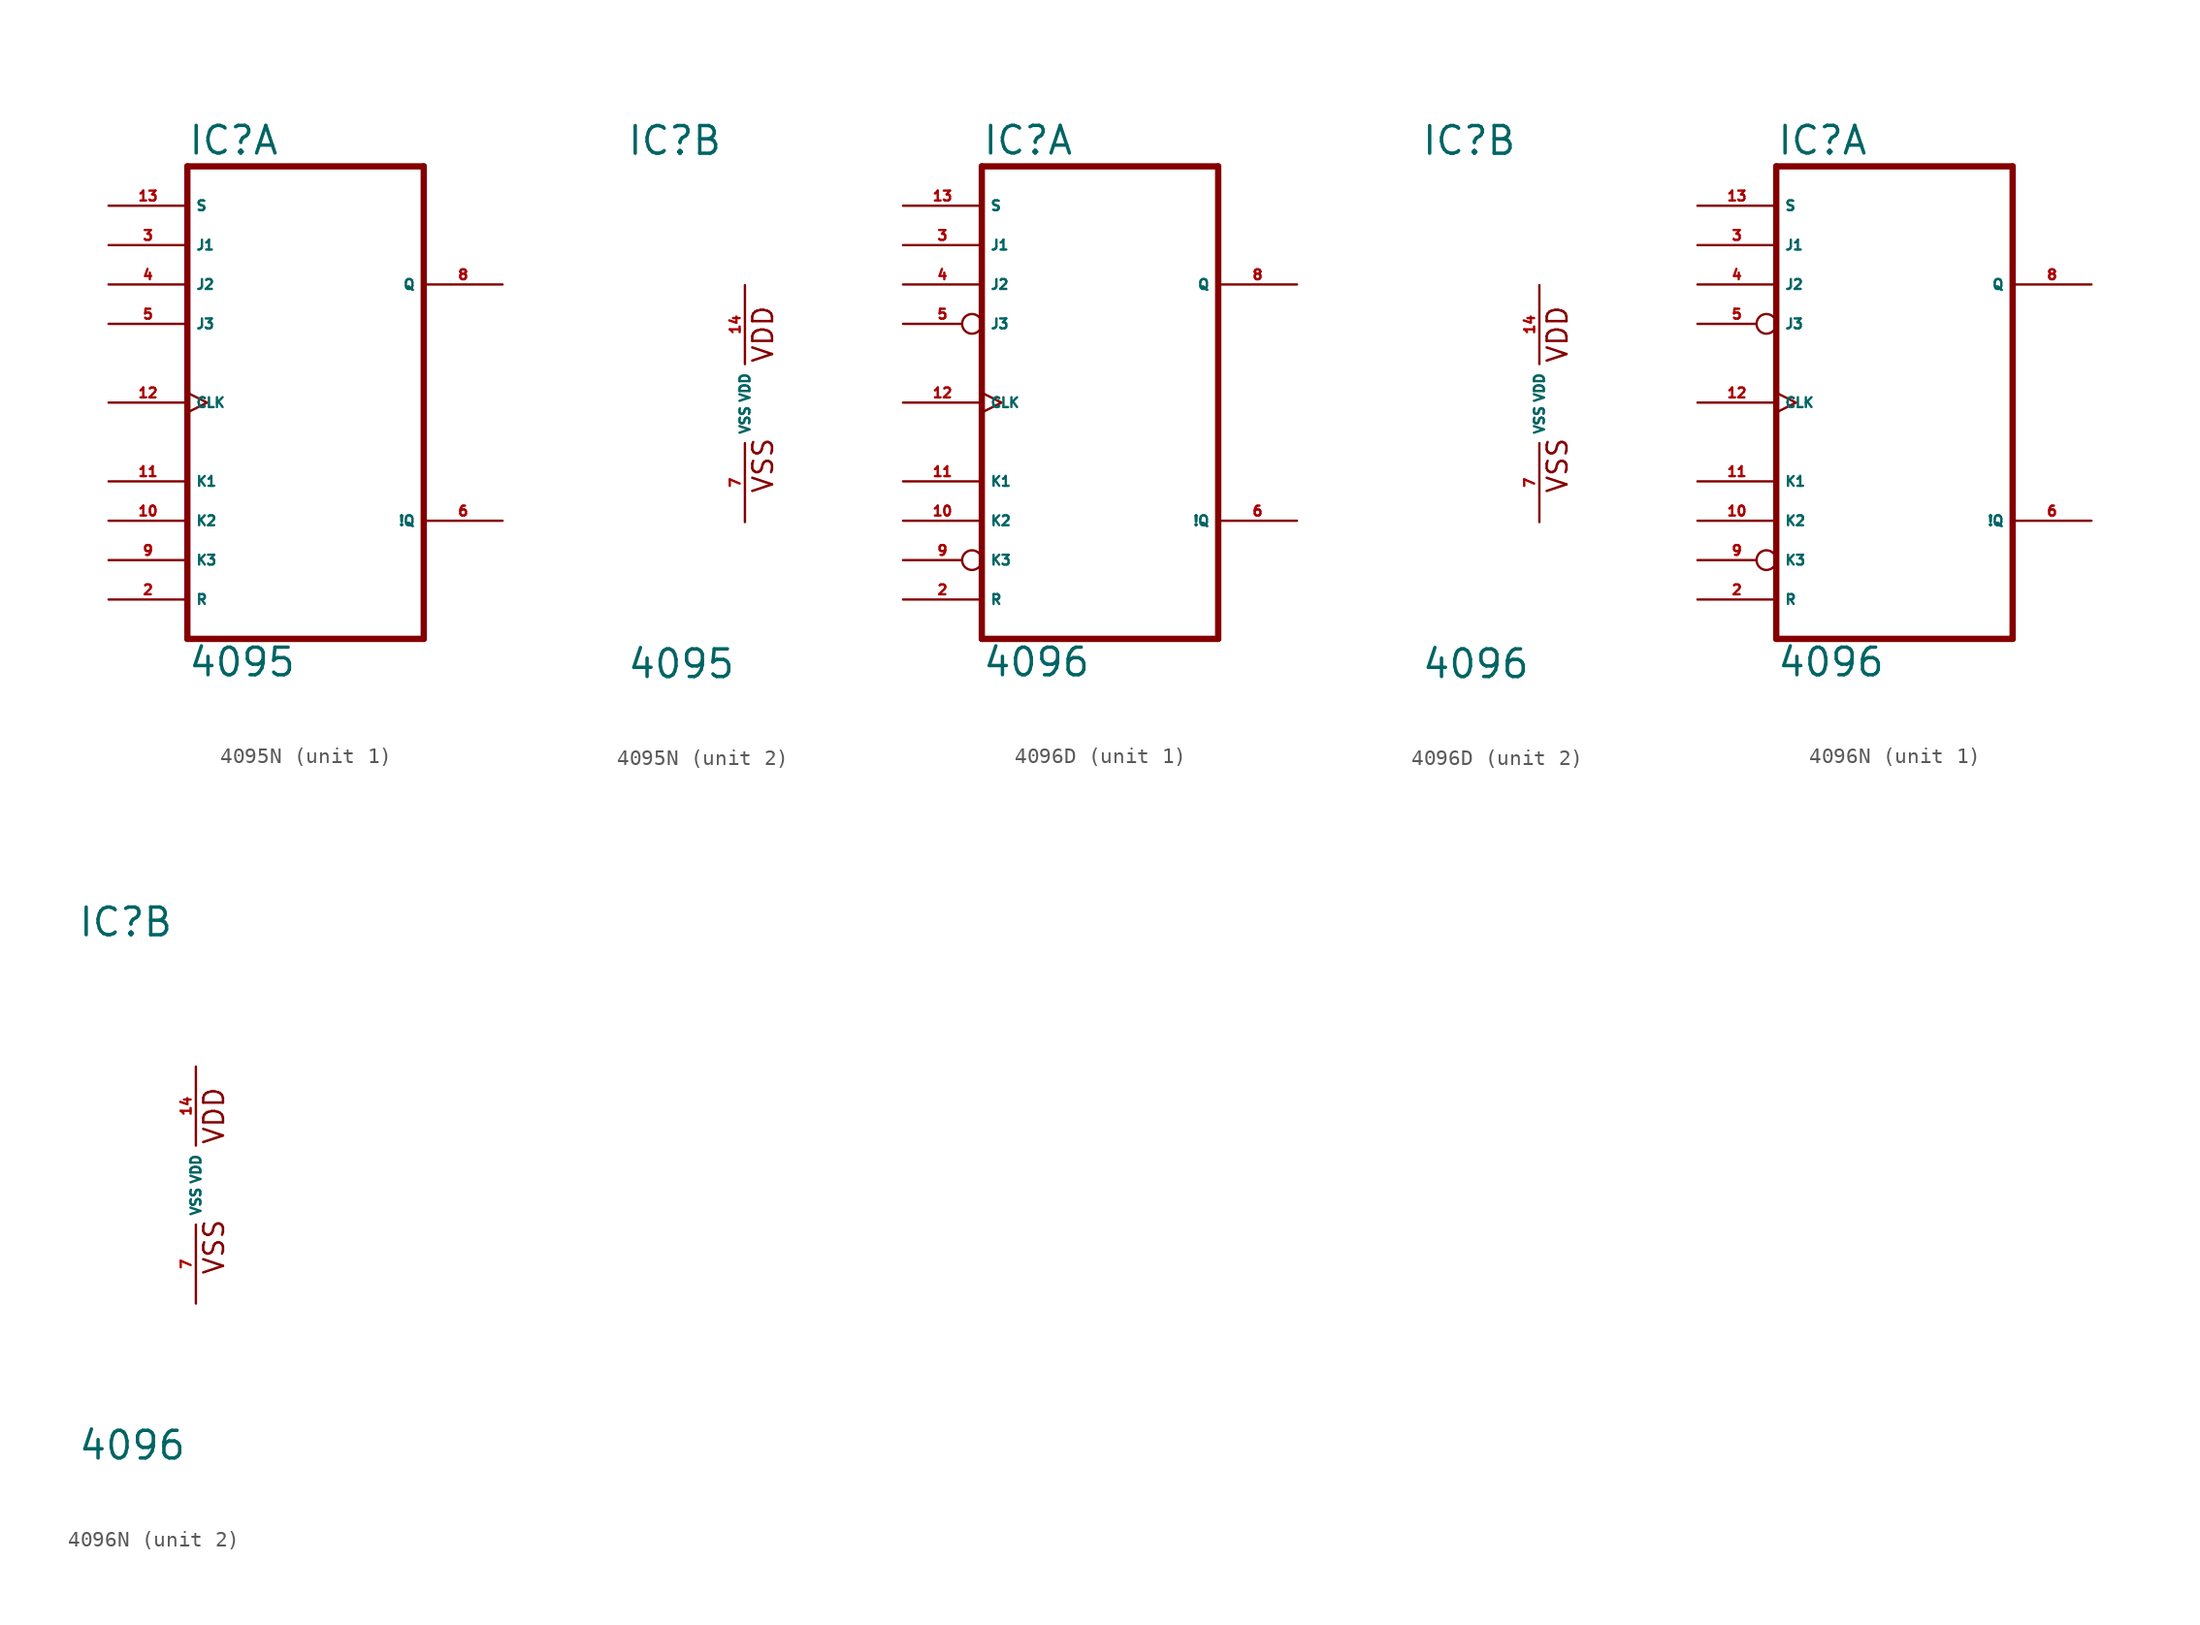
<source format=kicad_sym>
(kicad_symbol_lib
  (version 20220914)
  (generator Eagle2Kicad)
  (symbol "4095N"
    (property "Reference" "IC"
      (at -7.62 15.875 0)
      (effects (font (size 1.778 1.778) (thickness 0.22)) (justify left bottom)))
    (property "Value" "4095"
      (at -7.62 -17.78 0)
      (effects (font (size 1.778 1.778) (thickness 0.22)) (justify left bottom)))
    (symbol "4095N_1_0"
      (polyline (pts (xy -7.62 -15.24) (xy 7.62 -15.24)) (stroke (width 0.406) (type default)) (fill (type none)))
      (polyline (pts (xy 7.62 -15.24) (xy 7.62 15.24)) (stroke (width 0.406) (type default)) (fill (type none)))
      (polyline (pts (xy 7.62 15.24) (xy -7.62 15.24)) (stroke (width 0.406) (type default)) (fill (type none)))
      (polyline (pts (xy -7.62 15.24) (xy -7.62 -15.24)) (stroke (width 0.406) (type default)) (fill (type none)))
      (pin input line (at -12.7 -12.7 0) (length 5.08) (name "R" (effects (font (size 0.635 0.635) (thickness 0.08)) (justify left bottom))) (number "2" (effects (font (size 0.635 0.635) (thickness 0.08)) (justify left bottom))))
      (pin input line (at -12.7 10.16 0) (length 5.08) (name "J1" (effects (font (size 0.635 0.635) (thickness 0.08)) (justify left bottom))) (number "3" (effects (font (size 0.635 0.635) (thickness 0.08)) (justify left bottom))))
      (pin input line (at -12.7 7.62 0) (length 5.08) (name "J2" (effects (font (size 0.635 0.635) (thickness 0.08)) (justify left bottom))) (number "4" (effects (font (size 0.635 0.635) (thickness 0.08)) (justify left bottom))))
      (pin input line (at -12.7 5.08 0) (length 5.08) (name "J3" (effects (font (size 0.635 0.635) (thickness 0.08)) (justify left bottom))) (number "5" (effects (font (size 0.635 0.635) (thickness 0.08)) (justify left bottom))))
      (pin output line (at 12.7 -7.62 180) (length 5.08) (name "!Q" (effects (font (size 0.635 0.635) (thickness 0.08)) (justify left bottom))) (number "6" (effects (font (size 0.635 0.635) (thickness 0.08)) (justify left bottom))))
      (pin output line (at 12.7 7.62 180) (length 5.08) (name "Q" (effects (font (size 0.635 0.635) (thickness 0.08)) (justify left bottom))) (number "8" (effects (font (size 0.635 0.635) (thickness 0.08)) (justify left bottom))))
      (pin input line (at -12.7 -10.16 0) (length 5.08) (name "K3" (effects (font (size 0.635 0.635) (thickness 0.08)) (justify left bottom))) (number "9" (effects (font (size 0.635 0.635) (thickness 0.08)) (justify left bottom))))
      (pin input line (at -12.7 -7.62 0) (length 5.08) (name "K2" (effects (font (size 0.635 0.635) (thickness 0.08)) (justify left bottom))) (number "10" (effects (font (size 0.635 0.635) (thickness 0.08)) (justify left bottom))))
      (pin input line (at -12.7 -5.08 0) (length 5.08) (name "K1" (effects (font (size 0.635 0.635) (thickness 0.08)) (justify left bottom))) (number "11" (effects (font (size 0.635 0.635) (thickness 0.08)) (justify left bottom))))
      (pin input clock (at -12.7 0 0) (length 5.08) (name "CLK" (effects (font (size 0.635 0.635) (thickness 0.08)) (justify left bottom))) (number "12" (effects (font (size 0.635 0.635) (thickness 0.08)) (justify left bottom))))
      (pin input line (at -12.7 12.7 0) (length 5.08) (name "S" (effects (font (size 0.635 0.635) (thickness 0.08)) (justify left bottom))) (number "13" (effects (font (size 0.635 0.635) (thickness 0.08)) (justify left bottom)))))
    (symbol "4095N_2_0"
      (text "VDD" (at 1.905 2.54 900) (effects (font (size 1.27 1.27) (thickness 0.16)) (justify left bottom)))
      (text "VSS" (at 1.905 -5.842 900) (effects (font (size 1.27 1.27) (thickness 0.16)) (justify left bottom)))
      (pin unspecified line (at 0 -7.62 90) (length 5.08) (name "VSS" (effects (font (size 0.635 0.635) (thickness 0.08)) (justify left bottom))) (number "7" (effects (font (size 0.635 0.635) (thickness 0.08)) (justify left bottom))))
      (pin unspecified line (at 0 7.62 270) (length 5.08) (name "VDD" (effects (font (size 0.635 0.635) (thickness 0.08)) (justify left bottom))) (number "14" (effects (font (size 0.635 0.635) (thickness 0.08)) (justify left bottom))))))
  (symbol "4096D"
    (property "Reference" "IC"
      (at -7.62 15.875 0)
      (effects (font (size 1.778 1.778) (thickness 0.22)) (justify left bottom)))
    (property "Value" "4096"
      (at -7.62 -17.78 0)
      (effects (font (size 1.778 1.778) (thickness 0.22)) (justify left bottom)))
    (symbol "4096D_1_0"
      (polyline (pts (xy -7.62 -15.24) (xy 7.62 -15.24)) (stroke (width 0.406) (type default)) (fill (type none)))
      (polyline (pts (xy 7.62 -15.24) (xy 7.62 15.24)) (stroke (width 0.406) (type default)) (fill (type none)))
      (polyline (pts (xy 7.62 15.24) (xy -7.62 15.24)) (stroke (width 0.406) (type default)) (fill (type none)))
      (polyline (pts (xy -7.62 15.24) (xy -7.62 -15.24)) (stroke (width 0.406) (type default)) (fill (type none)))
      (pin input line (at -12.7 -12.7 0) (length 5.08) (name "R" (effects (font (size 0.635 0.635) (thickness 0.08)) (justify left bottom))) (number "2" (effects (font (size 0.635 0.635) (thickness 0.08)) (justify left bottom))))
      (pin input line (at -12.7 10.16 0) (length 5.08) (name "J1" (effects (font (size 0.635 0.635) (thickness 0.08)) (justify left bottom))) (number "3" (effects (font (size 0.635 0.635) (thickness 0.08)) (justify left bottom))))
      (pin input line (at -12.7 7.62 0) (length 5.08) (name "J2" (effects (font (size 0.635 0.635) (thickness 0.08)) (justify left bottom))) (number "4" (effects (font (size 0.635 0.635) (thickness 0.08)) (justify left bottom))))
      (pin input inverted (at -12.7 5.08 0) (length 5.08) (name "J3" (effects (font (size 0.635 0.635) (thickness 0.08)) (justify left bottom))) (number "5" (effects (font (size 0.635 0.635) (thickness 0.08)) (justify left bottom))))
      (pin output line (at 12.7 -7.62 180) (length 5.08) (name "!Q" (effects (font (size 0.635 0.635) (thickness 0.08)) (justify left bottom))) (number "6" (effects (font (size 0.635 0.635) (thickness 0.08)) (justify left bottom))))
      (pin output line (at 12.7 7.62 180) (length 5.08) (name "Q" (effects (font (size 0.635 0.635) (thickness 0.08)) (justify left bottom))) (number "8" (effects (font (size 0.635 0.635) (thickness 0.08)) (justify left bottom))))
      (pin input inverted (at -12.7 -10.16 0) (length 5.08) (name "K3" (effects (font (size 0.635 0.635) (thickness 0.08)) (justify left bottom))) (number "9" (effects (font (size 0.635 0.635) (thickness 0.08)) (justify left bottom))))
      (pin input line (at -12.7 -7.62 0) (length 5.08) (name "K2" (effects (font (size 0.635 0.635) (thickness 0.08)) (justify left bottom))) (number "10" (effects (font (size 0.635 0.635) (thickness 0.08)) (justify left bottom))))
      (pin input line (at -12.7 -5.08 0) (length 5.08) (name "K1" (effects (font (size 0.635 0.635) (thickness 0.08)) (justify left bottom))) (number "11" (effects (font (size 0.635 0.635) (thickness 0.08)) (justify left bottom))))
      (pin input clock (at -12.7 0 0) (length 5.08) (name "CLK" (effects (font (size 0.635 0.635) (thickness 0.08)) (justify left bottom))) (number "12" (effects (font (size 0.635 0.635) (thickness 0.08)) (justify left bottom))))
      (pin input line (at -12.7 12.7 0) (length 5.08) (name "S" (effects (font (size 0.635 0.635) (thickness 0.08)) (justify left bottom))) (number "13" (effects (font (size 0.635 0.635) (thickness 0.08)) (justify left bottom)))))
    (symbol "4096D_2_0"
      (text "VDD" (at 1.905 2.54 900) (effects (font (size 1.27 1.27) (thickness 0.16)) (justify left bottom)))
      (text "VSS" (at 1.905 -5.842 900) (effects (font (size 1.27 1.27) (thickness 0.16)) (justify left bottom)))
      (pin unspecified line (at 0 -7.62 90) (length 5.08) (name "VSS" (effects (font (size 0.635 0.635) (thickness 0.08)) (justify left bottom))) (number "7" (effects (font (size 0.635 0.635) (thickness 0.08)) (justify left bottom))))
      (pin unspecified line (at 0 7.62 270) (length 5.08) (name "VDD" (effects (font (size 0.635 0.635) (thickness 0.08)) (justify left bottom))) (number "14" (effects (font (size 0.635 0.635) (thickness 0.08)) (justify left bottom))))))
  (symbol "4096N"
    (property "Reference" "IC"
      (at -7.62 15.875 0)
      (effects (font (size 1.778 1.778) (thickness 0.22)) (justify left bottom)))
    (property "Value" "4096"
      (at -7.62 -17.78 0)
      (effects (font (size 1.778 1.778) (thickness 0.22)) (justify left bottom)))
    (symbol "4096N_1_0"
      (polyline (pts (xy -7.62 -15.24) (xy 7.62 -15.24)) (stroke (width 0.406) (type default)) (fill (type none)))
      (polyline (pts (xy 7.62 -15.24) (xy 7.62 15.24)) (stroke (width 0.406) (type default)) (fill (type none)))
      (polyline (pts (xy 7.62 15.24) (xy -7.62 15.24)) (stroke (width 0.406) (type default)) (fill (type none)))
      (polyline (pts (xy -7.62 15.24) (xy -7.62 -15.24)) (stroke (width 0.406) (type default)) (fill (type none)))
      (pin input line (at -12.7 -12.7 0) (length 5.08) (name "R" (effects (font (size 0.635 0.635) (thickness 0.08)) (justify left bottom))) (number "2" (effects (font (size 0.635 0.635) (thickness 0.08)) (justify left bottom))))
      (pin input line (at -12.7 10.16 0) (length 5.08) (name "J1" (effects (font (size 0.635 0.635) (thickness 0.08)) (justify left bottom))) (number "3" (effects (font (size 0.635 0.635) (thickness 0.08)) (justify left bottom))))
      (pin input line (at -12.7 7.62 0) (length 5.08) (name "J2" (effects (font (size 0.635 0.635) (thickness 0.08)) (justify left bottom))) (number "4" (effects (font (size 0.635 0.635) (thickness 0.08)) (justify left bottom))))
      (pin input inverted (at -12.7 5.08 0) (length 5.08) (name "J3" (effects (font (size 0.635 0.635) (thickness 0.08)) (justify left bottom))) (number "5" (effects (font (size 0.635 0.635) (thickness 0.08)) (justify left bottom))))
      (pin output line (at 12.7 -7.62 180) (length 5.08) (name "!Q" (effects (font (size 0.635 0.635) (thickness 0.08)) (justify left bottom))) (number "6" (effects (font (size 0.635 0.635) (thickness 0.08)) (justify left bottom))))
      (pin output line (at 12.7 7.62 180) (length 5.08) (name "Q" (effects (font (size 0.635 0.635) (thickness 0.08)) (justify left bottom))) (number "8" (effects (font (size 0.635 0.635) (thickness 0.08)) (justify left bottom))))
      (pin input inverted (at -12.7 -10.16 0) (length 5.08) (name "K3" (effects (font (size 0.635 0.635) (thickness 0.08)) (justify left bottom))) (number "9" (effects (font (size 0.635 0.635) (thickness 0.08)) (justify left bottom))))
      (pin input line (at -12.7 -7.62 0) (length 5.08) (name "K2" (effects (font (size 0.635 0.635) (thickness 0.08)) (justify left bottom))) (number "10" (effects (font (size 0.635 0.635) (thickness 0.08)) (justify left bottom))))
      (pin input line (at -12.7 -5.08 0) (length 5.08) (name "K1" (effects (font (size 0.635 0.635) (thickness 0.08)) (justify left bottom))) (number "11" (effects (font (size 0.635 0.635) (thickness 0.08)) (justify left bottom))))
      (pin input clock (at -12.7 0 0) (length 5.08) (name "CLK" (effects (font (size 0.635 0.635) (thickness 0.08)) (justify left bottom))) (number "12" (effects (font (size 0.635 0.635) (thickness 0.08)) (justify left bottom))))
      (pin input line (at -12.7 12.7 0) (length 5.08) (name "S" (effects (font (size 0.635 0.635) (thickness 0.08)) (justify left bottom))) (number "13" (effects (font (size 0.635 0.635) (thickness 0.08)) (justify left bottom)))))
    (symbol "4096N_2_0"
      (text "VDD" (at 1.905 2.54 900) (effects (font (size 1.27 1.27) (thickness 0.16)) (justify left bottom)))
      (text "VSS" (at 1.905 -5.842 900) (effects (font (size 1.27 1.27) (thickness 0.16)) (justify left bottom)))
      (pin unspecified line (at 0 -7.62 90) (length 5.08) (name "VSS" (effects (font (size 0.635 0.635) (thickness 0.08)) (justify left bottom))) (number "7" (effects (font (size 0.635 0.635) (thickness 0.08)) (justify left bottom))))
      (pin unspecified line (at 0 7.62 270) (length 5.08) (name "VDD" (effects (font (size 0.635 0.635) (thickness 0.08)) (justify left bottom))) (number "14" (effects (font (size 0.635 0.635) (thickness 0.08)) (justify left bottom)))))))
</source>
